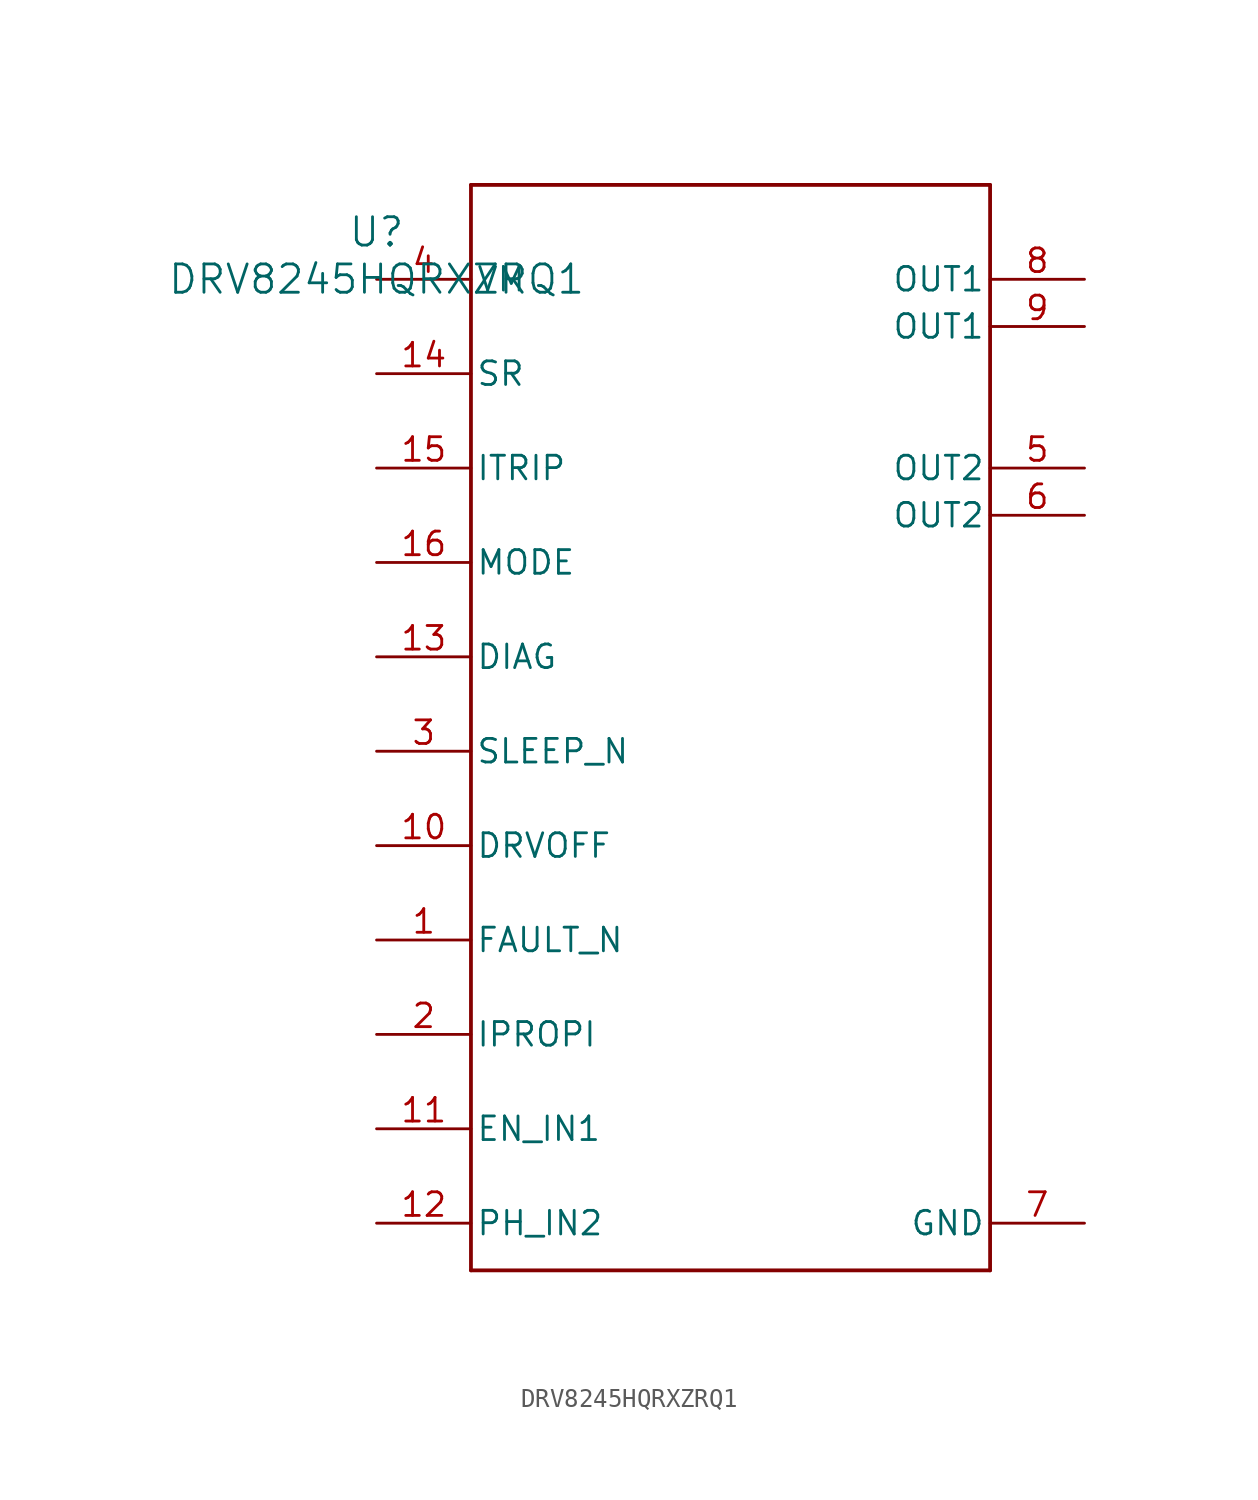
<source format=kicad_sym>
(kicad_symbol_lib
  (version 20231120)
  (generator "kicad_symbol_editor")
  (generator_version "8.0")
  (symbol "DRV8245HQRXZRQ1"
    (pin_names
      (offset 0.254))
    (property "Reference" "U"
      (at 0 2.54 0)
      (effects (font (size 1.524 1.524))))
    (property "Value" "DRV8245HQRXZRQ1"
      (at 0 0 0)
      (effects (font (size 1.524 1.524))))
    (property "ki_locked" ""
      (at 0 0 0)
      (effects (font (size 1.27 1.27))))
    (symbol "DRV8245HQRXZRQ1_0_1"
      (polyline (pts (xy 5.08 -53.34) (xy 33.02 -53.34)) (stroke (width 0.203) (type default)) (fill (type none)))
      (polyline (pts (xy 5.08 5.08) (xy 5.08 -53.34)) (stroke (width 0.203) (type default)) (fill (type none)))
      (polyline (pts (xy 33.02 -53.34) (xy 33.02 5.08)) (stroke (width 0.203) (type default)) (fill (type none)))
      (polyline (pts (xy 33.02 5.08) (xy 5.08 5.08)) (stroke (width 0.203) (type default)) (fill (type none)))
      (pin open_collector line (at 0 -35.56 0) (length 5.08) (name "FAULT_N" (effects (font (size 1.27 1.27)))) (number "1" (effects (font (size 1.27 1.27)))))
      (pin input line (at 0 -30.48 0) (length 5.08) (name "DRVOFF" (effects (font (size 1.27 1.27)))) (number "10" (effects (font (size 1.27 1.27)))))
      (pin input line (at 0 -45.72 0) (length 5.08) (name "EN_IN1" (effects (font (size 1.27 1.27)))) (number "11" (effects (font (size 1.27 1.27)))))
      (pin input line (at 0 -50.8 0) (length 5.08) (name "PH_IN2" (effects (font (size 1.27 1.27)))) (number "12" (effects (font (size 1.27 1.27)))))
      (pin unspecified line (at 0 -20.32 0) (length 5.08) (name "DIAG" (effects (font (size 1.27 1.27)))) (number "13" (effects (font (size 1.27 1.27)))))
      (pin unspecified line (at 0 -5.08 0) (length 5.08) (name "SR" (effects (font (size 1.27 1.27)))) (number "14" (effects (font (size 1.27 1.27)))))
      (pin unspecified line (at 0 -10.16 0) (length 5.08) (name "ITRIP" (effects (font (size 1.27 1.27)))) (number "15" (effects (font (size 1.27 1.27)))))
      (pin unspecified line (at 0 -15.24 0) (length 5.08) (name "MODE" (effects (font (size 1.27 1.27)))) (number "16" (effects (font (size 1.27 1.27)))))
      (pin unspecified line (at 0 -40.64 0) (length 5.08) (name "IPROPI" (effects (font (size 1.27 1.27)))) (number "2" (effects (font (size 1.27 1.27)))))
      (pin input line (at 0 -25.4 0) (length 5.08) (name "SLEEP_N" (effects (font (size 1.27 1.27)))) (number "3" (effects (font (size 1.27 1.27)))))
      (pin power_in line (at 0 0 0) (length 5.08) (name "VM" (effects (font (size 1.27 1.27)))) (number "4" (effects (font (size 1.27 1.27)))))
      (pin unspecified line (at 38.1 -10.16 180) (length 5.08) (name "OUT2" (effects (font (size 1.27 1.27)))) (number "5" (effects (font (size 1.27 1.27)))))
      (pin unspecified line (at 38.1 -12.7 180) (length 5.08) (name "OUT2" (effects (font (size 1.27 1.27)))) (number "6" (effects (font (size 1.27 1.27)))))
      (pin power_in line (at 38.1 -50.8 180) (length 5.08) (name "GND" (effects (font (size 1.27 1.27)))) (number "7" (effects (font (size 1.27 1.27)))))
      (pin unspecified line (at 38.1 0 180) (length 5.08) (name "OUT1" (effects (font (size 1.27 1.27)))) (number "8" (effects (font (size 1.27 1.27)))))
      (pin unspecified line (at 38.1 -2.54 180) (length 5.08) (name "OUT1" (effects (font (size 1.27 1.27)))) (number "9" (effects (font (size 1.27 1.27))))))))
</source>
